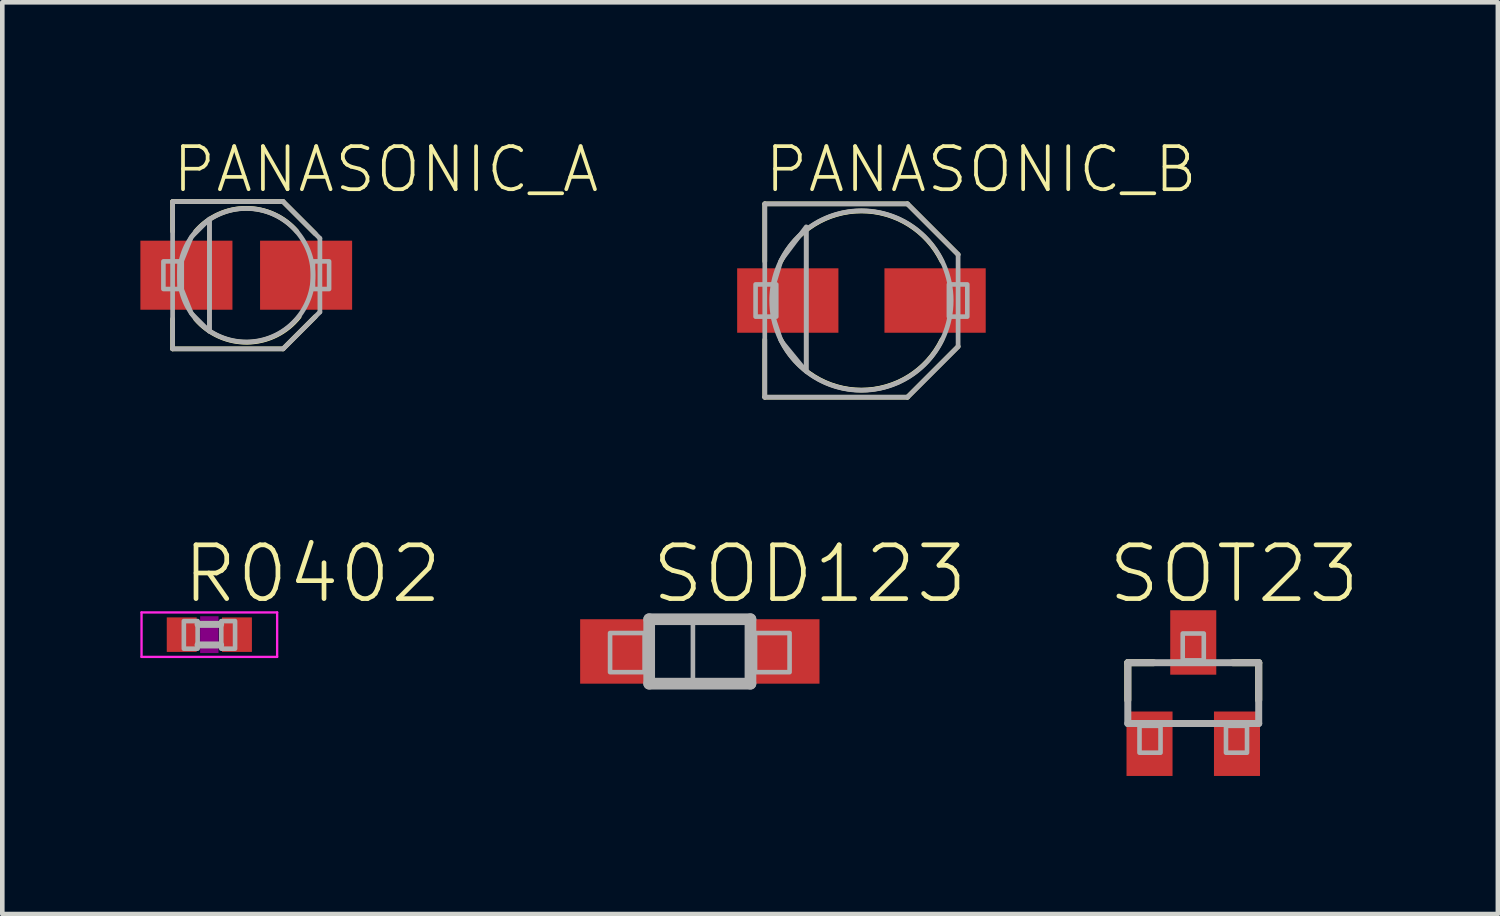
<source format=kicad_pcb>
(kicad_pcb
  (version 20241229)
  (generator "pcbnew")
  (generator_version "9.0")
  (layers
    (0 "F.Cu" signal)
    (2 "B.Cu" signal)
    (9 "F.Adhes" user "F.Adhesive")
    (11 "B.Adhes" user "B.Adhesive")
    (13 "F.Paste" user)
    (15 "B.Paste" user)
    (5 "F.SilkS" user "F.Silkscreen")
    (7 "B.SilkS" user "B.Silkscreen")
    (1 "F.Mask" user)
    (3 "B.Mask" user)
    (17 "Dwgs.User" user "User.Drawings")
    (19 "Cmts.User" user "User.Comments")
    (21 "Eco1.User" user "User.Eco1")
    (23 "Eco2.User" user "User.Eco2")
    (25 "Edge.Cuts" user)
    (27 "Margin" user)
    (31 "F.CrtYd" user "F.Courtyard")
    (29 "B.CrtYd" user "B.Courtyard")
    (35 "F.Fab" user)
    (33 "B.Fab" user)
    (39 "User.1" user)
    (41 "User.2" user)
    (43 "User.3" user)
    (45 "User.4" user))
  (footprint "R0402"
    (layer "F.Cu")
    (at 1.498 10.738)
    (property "Reference" "R0402" (at -0.635 -0.635 0) (layer "F.SilkS") (effects (font (size 1.168 1.168) (thickness 0.102)) (justify left bottom)))
    (fp_poly (pts (xy -0.2 0.4) (xy 0.2 0.4) (xy 0.2 -0.4) (xy -0.2 -0.4)) (stroke (width 0) (type solid)) (fill yes) (layer "F.Adhes"))
    (fp_line (start -1.473 -0.483) (end 1.473 -0.483) (stroke (width 0.051) (type solid)) (layer "F.CrtYd"))
    (fp_line (start -1.473 0.483) (end -1.473 -0.483) (stroke (width 0.051) (type solid)) (layer "F.CrtYd"))
    (fp_line (start 1.473 -0.483) (end 1.473 0.483) (stroke (width 0.051) (type solid)) (layer "F.CrtYd"))
    (fp_line (start 1.473 0.483) (end -1.473 0.483) (stroke (width 0.051) (type solid)) (layer "F.CrtYd"))
    (fp_line (start -0.245 -0.224) (end 0.245 -0.224) (stroke (width 0.152) (type solid)) (layer "F.Fab"))
    (fp_line (start 0.245 0.224) (end -0.245 0.224) (stroke (width 0.152) (type solid)) (layer "F.Fab"))
    (fp_poly (pts (xy -0.554 0.305) (xy -0.254 0.305) (xy -0.254 -0.295) (xy -0.554 -0.295)) (stroke (width 0.1) (type solid)) (fill no) (layer "F.Fab"))
    (fp_poly (pts (xy 0.259 0.305) (xy 0.559 0.305) (xy 0.559 -0.295) (xy 0.259 -0.295)) (stroke (width 0.1) (type solid)) (fill no) (layer "F.Fab"))
    (pad "1" smd rect (at -0.6 0) (size 0.65 0.75) (layers "F.Cu" "F.Mask" "F.Paste"))
    (pad "2" smd rect (at 0.6 0) (size 0.65 0.75) (layers "F.Cu" "F.Mask" "F.Paste")))
  (footprint "PANASONIC_A"
    (layer "F.Cu")
    (at 2.3 2.929)
    (property "Reference" "PANASONIC_A" (at -1.65 -1.75 0) (layer "F.SilkS") (effects (font (size 0.935 0.935) (thickness 0.081)) (justify left bottom)))
    (fp_line (start -1.6 -1.6) (end 0.8 -1.6) (stroke (width 0.102) (type solid)) (layer "F.SilkS"))
    (fp_line (start -1.6 -0.95) (end -1.6 -1.6) (stroke (width 0.102) (type solid)) (layer "F.SilkS"))
    (fp_line (start -1.6 1.6) (end -1.6 0.95) (stroke (width 0.102) (type solid)) (layer "F.SilkS"))
    (fp_line (start 0.8 -1.6) (end 1.5 -0.9) (stroke (width 0.102) (type solid)) (layer "F.SilkS"))
    (fp_line (start 0.8 1.6) (end -1.6 1.6) (stroke (width 0.102) (type solid)) (layer "F.SilkS"))
    (fp_line (start 1.5 0.9) (end 0.8 1.6) (stroke (width 0.102) (type solid)) (layer "F.SilkS"))
    (fp_arc (start -1.1 -0.95) (mid 0 -1.453444) (end 1.1 -0.95) (stroke (width 0.1016) (type solid)) (layer "F.SilkS"))
    (fp_arc (start 1.149999 0.9) (mid 0.03681 1.456451) (end -1.1 0.95) (stroke (width 0.1016) (type solid)) (layer "F.SilkS"))
    (fp_line (start -1.6 -1.6) (end 0.8 -1.6) (stroke (width 0.102) (type solid)) (layer "F.Fab"))
    (fp_line (start -1.6 1.6) (end -1.6 -1.6) (stroke (width 0.102) (type solid)) (layer "F.Fab"))
    (fp_line (start -0.8 -1.2) (end -0.8 1.2) (stroke (width 0.102) (type solid)) (layer "F.Fab"))
    (fp_line (start 0.8 -1.6) (end 1.6 -0.8) (stroke (width 0.102) (type solid)) (layer "F.Fab"))
    (fp_line (start 0.8 1.6) (end -1.6 1.6) (stroke (width 0.102) (type solid)) (layer "F.Fab"))
    (fp_line (start 1.6 -0.8) (end 1.6 0.8) (stroke (width 0.102) (type solid)) (layer "F.Fab"))
    (fp_line (start 1.6 0.8) (end 0.8 1.6) (stroke (width 0.102) (type solid)) (layer "F.Fab"))
    (fp_circle (center 0 0) (end 1.45 0) (stroke (width 0.102) (type solid)) (fill no) (layer "F.Fab"))
    (fp_poly (pts (xy -1.8 0.3) (xy -1.45 0.3) (xy -1.45 -0.3) (xy -1.8 -0.3)) (stroke (width 0.1) (type solid)) (fill no) (layer "F.Fab"))
    (fp_poly (pts (xy 1.45 0.3) (xy 1.8 0.3) (xy 1.8 -0.3) (xy 1.45 -0.3)) (stroke (width 0.1) (type solid)) (fill no) (layer "F.Fab"))
    (fp_poly (pts (xy -0.799 1.223) (xy -1.193 0.829) (xy -1.401 0.31) (xy -1.401 -0.31) (xy -1.193 -0.829) (xy -0.799 -1.223)) (stroke (width 0.1) (type solid)) (fill no) (layer "F.Fab"))
    (pad "+" smd rect (at 1.3 0) (size 2 1.5) (layers "F.Cu" "F.Mask" "F.Paste"))
    (pad "-" smd rect (at -1.3 0) (size 2 1.5) (layers "F.Cu" "F.Mask" "F.Paste")))
  (footprint "SOD123"
    (layer "F.Cu")
    (at 12.154 11.103)
    (property "Reference" "SOD123" (at -1.1 -1 0) (layer "F.SilkS") (effects (font (size 1.168 1.168) (thickness 0.102)) (justify left bottom)))
    (fp_line (start -1.1 -0.7) (end 1.1 -0.7) (stroke (width 0.254) (type solid)) (layer "F.Fab"))
    (fp_line (start -1.1 0.7) (end -1.1 -0.7) (stroke (width 0.254) (type solid)) (layer "F.Fab"))
    (fp_line (start 1.1 -0.7) (end 1.1 0.7) (stroke (width 0.254) (type solid)) (layer "F.Fab"))
    (fp_line (start 1.1 0.7) (end -1.1 0.7) (stroke (width 0.254) (type solid)) (layer "F.Fab"))
    (fp_poly (pts (xy -1.95 0.45) (xy -1.2 0.45) (xy -1.2 -0.4) (xy -1.95 -0.4)) (stroke (width 0.1) (type solid)) (fill no) (layer "F.Fab"))
    (fp_poly (pts (xy -1.05 0.65) (xy -0.15 0.65) (xy -0.15 -0.7) (xy -1.05 -0.7)) (stroke (width 0.1) (type solid)) (fill no) (layer "F.Fab"))
    (fp_poly (pts (xy 1.2 0.45) (xy 1.95 0.45) (xy 1.95 -0.4) (xy 1.2 -0.4)) (stroke (width 0.1) (type solid)) (fill no) (layer "F.Fab"))
    (pad "A" smd rect (at 1.9 0) (size 1.4 1.4) (layers "F.Cu" "F.Mask" "F.Paste"))
    (pad "C" smd rect (at -1.9 0) (size 1.4 1.4) (layers "F.Cu" "F.Mask" "F.Paste")))
  (footprint "PANASONIC_B"
    (layer "F.Cu")
    (at 15.665 3.479)
    (property "Reference" "PANASONIC_B" (at -2.15 -2.3 0) (layer "F.SilkS") (effects (font (size 0.935 0.935) (thickness 0.081)) (justify left bottom)))
    (fp_line (start -2.1 -2.1) (end 1 -2.1) (stroke (width 0.102) (type solid)) (layer "F.SilkS"))
    (fp_line (start -2.1 -0.85) (end -2.1 -2.1) (stroke (width 0.102) (type solid)) (layer "F.SilkS"))
    (fp_line (start -2.1 2.1) (end -2.1 0.85) (stroke (width 0.102) (type solid)) (layer "F.SilkS"))
    (fp_line (start 1 -2.1) (end 2.1 -1) (stroke (width 0.102) (type solid)) (layer "F.SilkS"))
    (fp_line (start 1 2.1) (end -2.1 2.1) (stroke (width 0.102) (type solid)) (layer "F.SilkS"))
    (fp_line (start 2.1 1) (end 1 2.1) (stroke (width 0.102) (type solid)) (layer "F.SilkS"))
    (fp_arc (start -1.75 -0.85) (mid 0 -1.945508) (end 1.75 -0.85) (stroke (width 0.1016) (type solid)) (layer "F.SilkS"))
    (fp_arc (start 1.75 0.85) (mid 0 1.945508) (end -1.75 0.85) (stroke (width 0.1016) (type solid)) (layer "F.SilkS"))
    (fp_line (start -2.1 -2.1) (end 1 -2.1) (stroke (width 0.102) (type solid)) (layer "F.Fab"))
    (fp_line (start -2.1 2.1) (end -2.1 -2.1) (stroke (width 0.102) (type solid)) (layer "F.Fab"))
    (fp_line (start -1.2 -1.5) (end -1.2 1.5) (stroke (width 0.102) (type solid)) (layer "F.Fab"))
    (fp_line (start 1 -2.1) (end 2.1 -1) (stroke (width 0.102) (type solid)) (layer "F.Fab"))
    (fp_line (start 1 2.1) (end -2.1 2.1) (stroke (width 0.102) (type solid)) (layer "F.Fab"))
    (fp_line (start 2.1 -1) (end 2.1 1) (stroke (width 0.102) (type solid)) (layer "F.Fab"))
    (fp_line (start 2.1 1) (end 1 2.1) (stroke (width 0.102) (type solid)) (layer "F.Fab"))
    (fp_circle (center 0 0) (end 1.95 0) (stroke (width 0.102) (type solid)) (fill no) (layer "F.Fab"))
    (fp_poly (pts (xy -2.3 0.35) (xy -1.85 0.35) (xy -1.85 -0.35) (xy -2.3 -0.35)) (stroke (width 0.1) (type solid)) (fill no) (layer "F.Fab"))
    (fp_poly (pts (xy 1.9 0.35) (xy 2.3 0.35) (xy 2.3 -0.35) (xy 1.9 -0.35)) (stroke (width 0.1) (type solid)) (fill no) (layer "F.Fab"))
    (fp_poly (pts (xy -1.199 1.542) (xy -1.745 0.875) (xy -1.901 0.408) (xy -1.901 -0.357) (xy -1.746 -0.873) (xy -1.199 -1.602)) (stroke (width 0.1) (type solid)) (fill no) (layer "F.Fab"))
    (pad "+" smd rect (at 1.6 0) (size 2.2 1.4) (layers "F.Cu" "F.Mask" "F.Paste"))
    (pad "-" smd rect (at -1.6 0) (size 2.2 1.4) (layers "F.Cu" "F.Mask" "F.Paste")))
  (footprint "SOT23"
    (layer "F.Cu")
    (at 22.874 12.008)
    (property "Reference" "SOT23" (at -1.905 -1.905 0) (layer "F.SilkS") (effects (font (size 1.168 1.168) (thickness 0.102)) (justify left bottom)))
    (fp_line (start -1.422 -0.66) (end -0.864 -0.66) (stroke (width 0.152) (type solid)) (layer "F.SilkS"))
    (fp_line (start -1.422 0.152) (end -1.422 -0.66) (stroke (width 0.152) (type solid)) (layer "F.SilkS"))
    (fp_line (start 0.864 -0.66) (end 1.422 -0.66) (stroke (width 0.152) (type solid)) (layer "F.SilkS"))
    (fp_line (start 1.422 -0.66) (end 1.422 0.152) (stroke (width 0.152) (type solid)) (layer "F.SilkS"))
    (fp_line (start -1.422 -0.66) (end 1.422 -0.66) (stroke (width 0.152) (type solid)) (layer "F.Fab"))
    (fp_line (start -1.422 0.66) (end -1.422 -0.66) (stroke (width 0.152) (type solid)) (layer "F.Fab"))
    (fp_line (start 1.422 -0.66) (end 1.422 0.66) (stroke (width 0.152) (type solid)) (layer "F.Fab"))
    (fp_line (start 1.422 0.66) (end -1.422 0.66) (stroke (width 0.152) (type solid)) (layer "F.Fab"))
    (fp_poly (pts (xy -1.168 1.295) (xy -0.711 1.295) (xy -0.711 0.711) (xy -1.168 0.711)) (stroke (width 0.1) (type solid)) (fill no) (layer "F.Fab"))
    (fp_poly (pts (xy -0.229 -0.711) (xy 0.229 -0.711) (xy 0.229 -1.295) (xy -0.229 -1.295)) (stroke (width 0.1) (type solid)) (fill no) (layer "F.Fab"))
    (fp_poly (pts (xy 0.711 1.295) (xy 1.168 1.295) (xy 1.168 0.711) (xy 0.711 0.711)) (stroke (width 0.1) (type solid)) (fill no) (layer "F.Fab"))
    (pad "1" smd rect (at -0.95 1.1) (size 1 1.4) (layers "F.Cu" "F.Mask" "F.Paste"))
    (pad "2" smd rect (at 0.95 1.1) (size 1 1.4) (layers "F.Cu" "F.Mask" "F.Paste"))
    (pad "3" smd rect (at 0 -1.1) (size 1 1.4) (layers "F.Cu" "F.Mask" "F.Paste")))
  (gr_rect
    (start -3 -3)
    (end 29.492 16.808)
    (stroke (width 0.1) (type default))
    (fill no)
    (layer "Edge.Cuts")))
</source>
